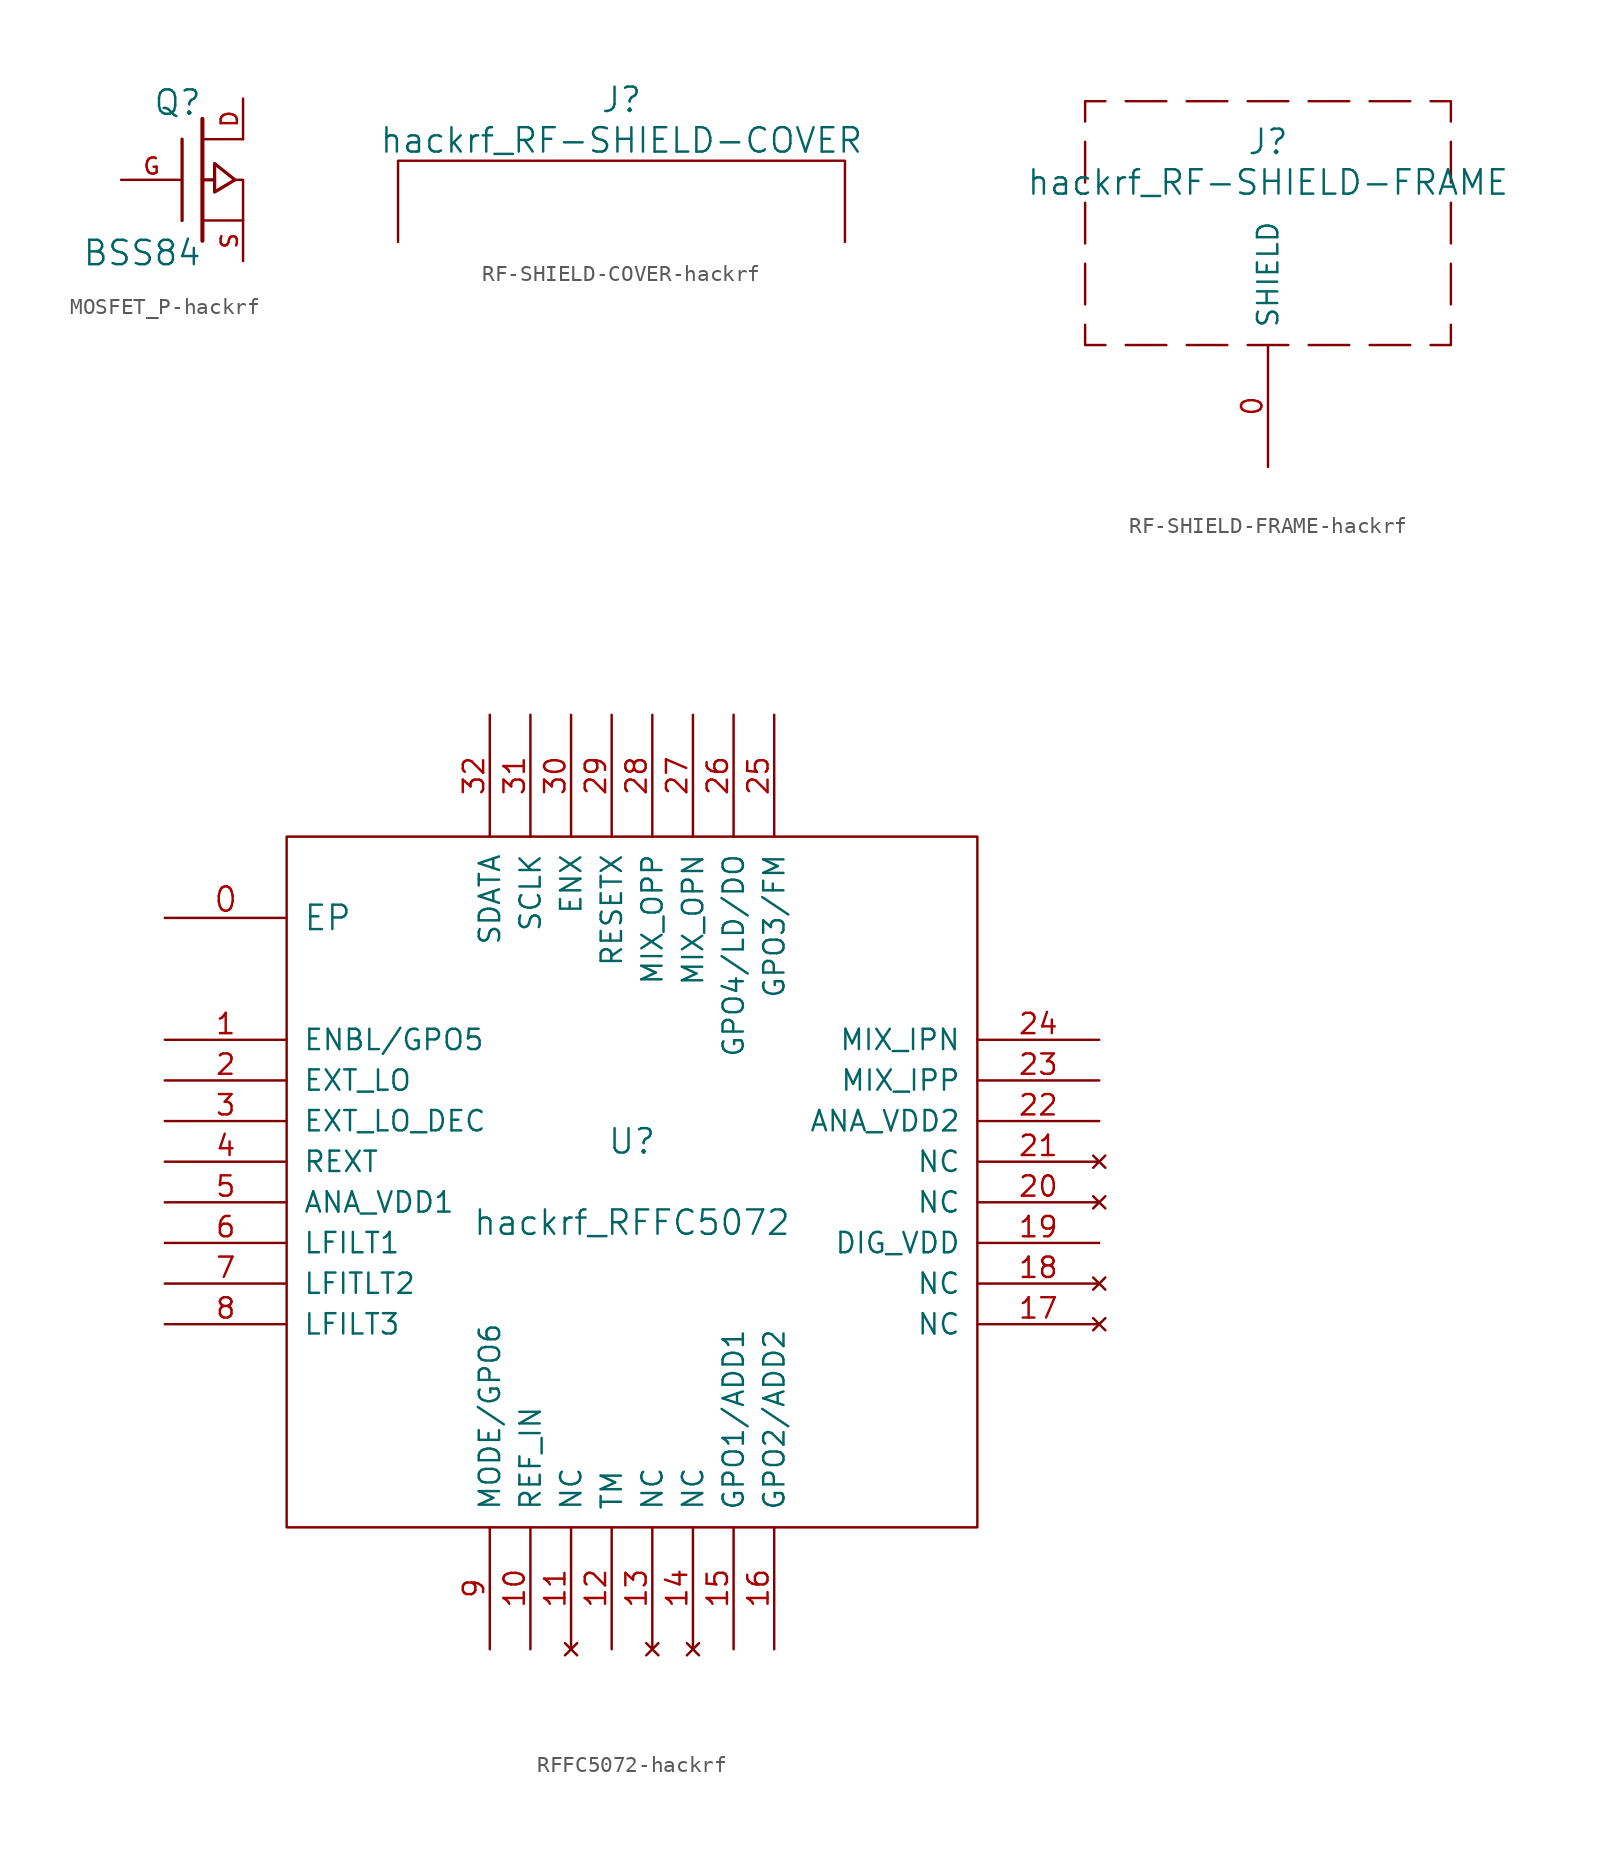
<source format=kicad_sym>
(kicad_symbol_lib
  (version 20231120)
  (generator "kicad_symbol_editor")
  (generator_version "8.0")
  (symbol "MOSFET_P-hackrf"
    (pin_names
      (offset 1.016) hide)
    (property "Reference" "Q"
      (at 0 4.826 0)
      (effects (font (size 1.524 1.524)) (justify right)))
    (property "Value" "BSS84"
      (at 0 -4.572 0)
      (effects (font (size 1.524 1.524)) (justify right)))
    (property "Footprint" ""
      (at 0 0 0)
      (effects (font (size 1.524 1.524))))
    (property "Datasheet" ""
      (at 0 0 0)
      (effects (font (size 1.524 1.524))))
    (symbol "MOSFET_P-hackrf_0_1"
      (polyline (pts (xy -1.27 -2.54) (xy -1.27 2.54)) (stroke (width 0.203) (type solid)) (fill (type none)))
      (polyline (pts (xy 0 -3.81) (xy 0 3.81)) (stroke (width 0.254) (type solid)) (fill (type none)))
      (polyline (pts (xy 0.762 0) (xy 0 0)) (stroke (width 0.203) (type solid)) (fill (type none)))
      (polyline (pts (xy 2.54 -2.54) (xy 0 -2.54)) (stroke (width 0) (type solid)) (fill (type none)))
      (polyline (pts (xy 2.54 2.54) (xy 0 2.54)) (stroke (width 0) (type solid)) (fill (type none)))
      (polyline (pts (xy 2.032 0) (xy 2.54 0) (xy 2.54 -2.54)) (stroke (width 0) (type solid)) (fill (type none)))
      (polyline (pts (xy 0.762 1.016) (xy 0.762 -0.762) (xy 2.032 0) (xy 0.762 1.016) (xy 0.762 1.016)) (stroke (width 0.203) (type solid)) (fill (type none))))
    (symbol "MOSFET_P-hackrf_1_1"
      (pin passive line (at 2.54 5.08 270) (length 2.54) (name "D" (effects (font (size 1.016 1.016)))) (number "D" (effects (font (size 1.016 1.016)))))
      (pin input line (at -5.08 0 0) (length 3.81) (name "G" (effects (font (size 1.016 1.016)))) (number "G" (effects (font (size 1.016 1.016)))))
      (pin passive line (at 2.54 -5.08 90) (length 2.54) (name "S" (effects (font (size 1.016 1.016)))) (number "S" (effects (font (size 1.016 1.016)))))))
  (symbol "RF-SHIELD-COVER-hackrf"
    (pin_names
      (offset 1.016))
    (property "Reference" "J"
      (at 0 6.35 0)
      (effects (font (size 1.524 1.524))))
    (property "Value" "hackrf_RF-SHIELD-COVER"
      (at 0 3.81 0)
      (effects (font (size 1.524 1.524))))
    (property "Footprint" ""
      (at 0 0 0)
      (effects (font (size 1.524 1.524))))
    (property "Datasheet" ""
      (at 0 0 0)
      (effects (font (size 1.524 1.524))))
    (symbol "RF-SHIELD-COVER-hackrf_0_1"
      (polyline (pts (xy -13.97 -2.54) (xy -13.97 2.54) (xy 13.97 2.54) (xy 13.97 -2.54)) (stroke (width 0) (type solid)) (fill (type none)))))
  (symbol "RF-SHIELD-FRAME-hackrf"
    (pin_names
      (offset 1.016))
    (property "Reference" "J"
      (at 0 12.7 0)
      (effects (font (size 1.524 1.524))))
    (property "Value" "hackrf_RF-SHIELD-FRAME"
      (at 0 10.16 0)
      (effects (font (size 1.524 1.524))))
    (property "Footprint" ""
      (at 0 0 0)
      (effects (font (size 1.524 1.524))))
    (property "Datasheet" ""
      (at 0 0 0)
      (effects (font (size 1.524 1.524))))
    (symbol "RF-SHIELD-FRAME-hackrf_0_1"
      (polyline (pts (xy -11.43 5.08) (xy -11.43 2.54)) (stroke (width 0) (type solid)) (fill (type none)))
      (polyline (pts (xy -11.43 8.89) (xy -11.43 6.35)) (stroke (width 0) (type solid)) (fill (type none)))
      (polyline (pts (xy -11.43 12.7) (xy -11.43 10.16)) (stroke (width 0) (type solid)) (fill (type none)))
      (polyline (pts (xy -8.89 0) (xy -6.35 0)) (stroke (width 0) (type solid)) (fill (type none)))
      (polyline (pts (xy -6.35 15.24) (xy -8.89 15.24)) (stroke (width 0) (type solid)) (fill (type none)))
      (polyline (pts (xy -5.08 0) (xy -2.54 0)) (stroke (width 0) (type solid)) (fill (type none)))
      (polyline (pts (xy -2.54 15.24) (xy -5.08 15.24)) (stroke (width 0) (type solid)) (fill (type none)))
      (polyline (pts (xy -1.27 0) (xy 1.27 0)) (stroke (width 0) (type solid)) (fill (type none)))
      (polyline (pts (xy 1.27 15.24) (xy -1.27 15.24)) (stroke (width 0) (type solid)) (fill (type none)))
      (polyline (pts (xy 2.54 0) (xy 5.08 0)) (stroke (width 0) (type solid)) (fill (type none)))
      (polyline (pts (xy 5.08 15.24) (xy 2.54 15.24)) (stroke (width 0) (type solid)) (fill (type none)))
      (polyline (pts (xy 6.35 0) (xy 8.89 0)) (stroke (width 0) (type solid)) (fill (type none)))
      (polyline (pts (xy 8.89 15.24) (xy 6.35 15.24)) (stroke (width 0) (type solid)) (fill (type none)))
      (polyline (pts (xy 11.43 2.54) (xy 11.43 5.08)) (stroke (width 0) (type solid)) (fill (type none)))
      (polyline (pts (xy 11.43 6.35) (xy 11.43 8.89)) (stroke (width 0) (type solid)) (fill (type none)))
      (polyline (pts (xy 11.43 10.16) (xy 11.43 12.7)) (stroke (width 0) (type solid)) (fill (type none)))
      (polyline (pts (xy -11.43 1.27) (xy -11.43 0) (xy -10.16 0)) (stroke (width 0) (type solid)) (fill (type none)))
      (polyline (pts (xy -10.16 15.24) (xy -11.43 15.24) (xy -11.43 13.97)) (stroke (width 0) (type solid)) (fill (type none)))
      (polyline (pts (xy 10.16 0) (xy 11.43 0) (xy 11.43 1.27)) (stroke (width 0) (type solid)) (fill (type none)))
      (polyline (pts (xy 11.43 13.97) (xy 11.43 15.24) (xy 10.16 15.24)) (stroke (width 0) (type solid)) (fill (type none))))
    (symbol "RF-SHIELD-FRAME-hackrf_1_1"
      (pin passive line (at 0 -7.62 90) (length 7.62) (name "SHIELD" (effects (font (size 1.27 1.27)))) (number "0" (effects (font (size 1.27 1.27)))))))
  (symbol "RFFC5072-hackrf"
    (pin_names
      (offset 1.016))
    (property "Reference" "U"
      (at 0 2.54 0)
      (effects (font (size 1.524 1.524))))
    (property "Value" "hackrf_RFFC5072"
      (at 0 -2.54 0)
      (effects (font (size 1.524 1.524))))
    (property "Footprint" ""
      (at 0 0 0)
      (effects (font (size 1.524 1.524))))
    (property "Datasheet" ""
      (at 0 0 0)
      (effects (font (size 1.524 1.524))))
    (symbol "RFFC5072-hackrf_0_1"
      (rectangle (start -21.59 21.59) (end 21.59 -21.59) (stroke (width 0) (type solid)) (fill (type none))))
    (symbol "RFFC5072-hackrf_1_1"
      (pin power_in line (at -29.21 16.51 0) (length 7.62) (name "EP" (effects (font (size 1.524 1.524)))) (number "0" (effects (font (size 1.524 1.524)))))
      (pin bidirectional line (at -29.21 8.89 0) (length 7.62) (name "ENBL/GPO5" (effects (font (size 1.27 1.27)))) (number "1" (effects (font (size 1.27 1.27)))))
      (pin input line (at -6.35 -29.21 90) (length 7.62) (name "REF_IN" (effects (font (size 1.27 1.27)))) (number "10" (effects (font (size 1.27 1.27)))))
      (pin no_connect line (at -3.81 -29.21 90) (length 7.62) (name "NC" (effects (font (size 1.27 1.27)))) (number "11" (effects (font (size 1.27 1.27)))))
      (pin power_in line (at -1.27 -29.21 90) (length 7.62) (name "TM" (effects (font (size 1.27 1.27)))) (number "12" (effects (font (size 1.27 1.27)))))
      (pin no_connect line (at 1.27 -29.21 90) (length 7.62) (name "NC" (effects (font (size 1.27 1.27)))) (number "13" (effects (font (size 1.27 1.27)))))
      (pin no_connect line (at 3.81 -29.21 90) (length 7.62) (name "NC" (effects (font (size 1.27 1.27)))) (number "14" (effects (font (size 1.27 1.27)))))
      (pin bidirectional line (at 6.35 -29.21 90) (length 7.62) (name "GPO1/ADD1" (effects (font (size 1.27 1.27)))) (number "15" (effects (font (size 1.27 1.27)))))
      (pin bidirectional line (at 8.89 -29.21 90) (length 7.62) (name "GPO2/ADD2" (effects (font (size 1.27 1.27)))) (number "16" (effects (font (size 1.27 1.27)))))
      (pin no_connect line (at 29.21 -8.89 180) (length 7.62) (name "NC" (effects (font (size 1.27 1.27)))) (number "17" (effects (font (size 1.27 1.27)))))
      (pin no_connect line (at 29.21 -6.35 180) (length 7.62) (name "NC" (effects (font (size 1.27 1.27)))) (number "18" (effects (font (size 1.27 1.27)))))
      (pin power_in line (at 29.21 -3.81 180) (length 7.62) (name "DIG_VDD" (effects (font (size 1.27 1.27)))) (number "19" (effects (font (size 1.27 1.27)))))
      (pin input line (at -29.21 6.35 0) (length 7.62) (name "EXT_LO" (effects (font (size 1.27 1.27)))) (number "2" (effects (font (size 1.27 1.27)))))
      (pin no_connect line (at 29.21 -1.27 180) (length 7.62) (name "NC" (effects (font (size 1.27 1.27)))) (number "20" (effects (font (size 1.27 1.27)))))
      (pin no_connect line (at 29.21 1.27 180) (length 7.62) (name "NC" (effects (font (size 1.27 1.27)))) (number "21" (effects (font (size 1.27 1.27)))))
      (pin power_in line (at 29.21 3.81 180) (length 7.62) (name "ANA_VDD2" (effects (font (size 1.27 1.27)))) (number "22" (effects (font (size 1.27 1.27)))))
      (pin input line (at 29.21 6.35 180) (length 7.62) (name "MIX_IPP" (effects (font (size 1.27 1.27)))) (number "23" (effects (font (size 1.27 1.27)))))
      (pin input line (at 29.21 8.89 180) (length 7.62) (name "MIX_IPN" (effects (font (size 1.27 1.27)))) (number "24" (effects (font (size 1.27 1.27)))))
      (pin bidirectional line (at 8.89 29.21 270) (length 7.62) (name "GPO3/FM" (effects (font (size 1.27 1.27)))) (number "25" (effects (font (size 1.27 1.27)))))
      (pin bidirectional line (at 6.35 29.21 270) (length 7.62) (name "GPO4/LD/DO" (effects (font (size 1.27 1.27)))) (number "26" (effects (font (size 1.27 1.27)))))
      (pin output line (at 3.81 29.21 270) (length 7.62) (name "MIX_OPN" (effects (font (size 1.27 1.27)))) (number "27" (effects (font (size 1.27 1.27)))))
      (pin output line (at 1.27 29.21 270) (length 7.62) (name "MIX_OPP" (effects (font (size 1.27 1.27)))) (number "28" (effects (font (size 1.27 1.27)))))
      (pin input line (at -1.27 29.21 270) (length 7.62) (name "RESETX" (effects (font (size 1.27 1.27)))) (number "29" (effects (font (size 1.27 1.27)))))
      (pin passive line (at -29.21 3.81 0) (length 7.62) (name "EXT_LO_DEC" (effects (font (size 1.27 1.27)))) (number "3" (effects (font (size 1.27 1.27)))))
      (pin input line (at -3.81 29.21 270) (length 7.62) (name "ENX" (effects (font (size 1.27 1.27)))) (number "30" (effects (font (size 1.27 1.27)))))
      (pin input line (at -6.35 29.21 270) (length 7.62) (name "SCLK" (effects (font (size 1.27 1.27)))) (number "31" (effects (font (size 1.27 1.27)))))
      (pin input line (at -8.89 29.21 270) (length 7.62) (name "SDATA" (effects (font (size 1.27 1.27)))) (number "32" (effects (font (size 1.27 1.27)))))
      (pin passive line (at -29.21 1.27 0) (length 7.62) (name "REXT" (effects (font (size 1.27 1.27)))) (number "4" (effects (font (size 1.27 1.27)))))
      (pin power_in line (at -29.21 -1.27 0) (length 7.62) (name "ANA_VDD1" (effects (font (size 1.27 1.27)))) (number "5" (effects (font (size 1.27 1.27)))))
      (pin output line (at -29.21 -3.81 0) (length 7.62) (name "LFILT1" (effects (font (size 1.27 1.27)))) (number "6" (effects (font (size 1.27 1.27)))))
      (pin output line (at -29.21 -6.35 0) (length 7.62) (name "LFITLT2" (effects (font (size 1.27 1.27)))) (number "7" (effects (font (size 1.27 1.27)))))
      (pin input line (at -29.21 -8.89 0) (length 7.62) (name "LFILT3" (effects (font (size 1.27 1.27)))) (number "8" (effects (font (size 1.27 1.27)))))
      (pin bidirectional line (at -8.89 -29.21 90) (length 7.62) (name "MODE/GPO6" (effects (font (size 1.27 1.27)))) (number "9" (effects (font (size 1.27 1.27))))))))
</source>
